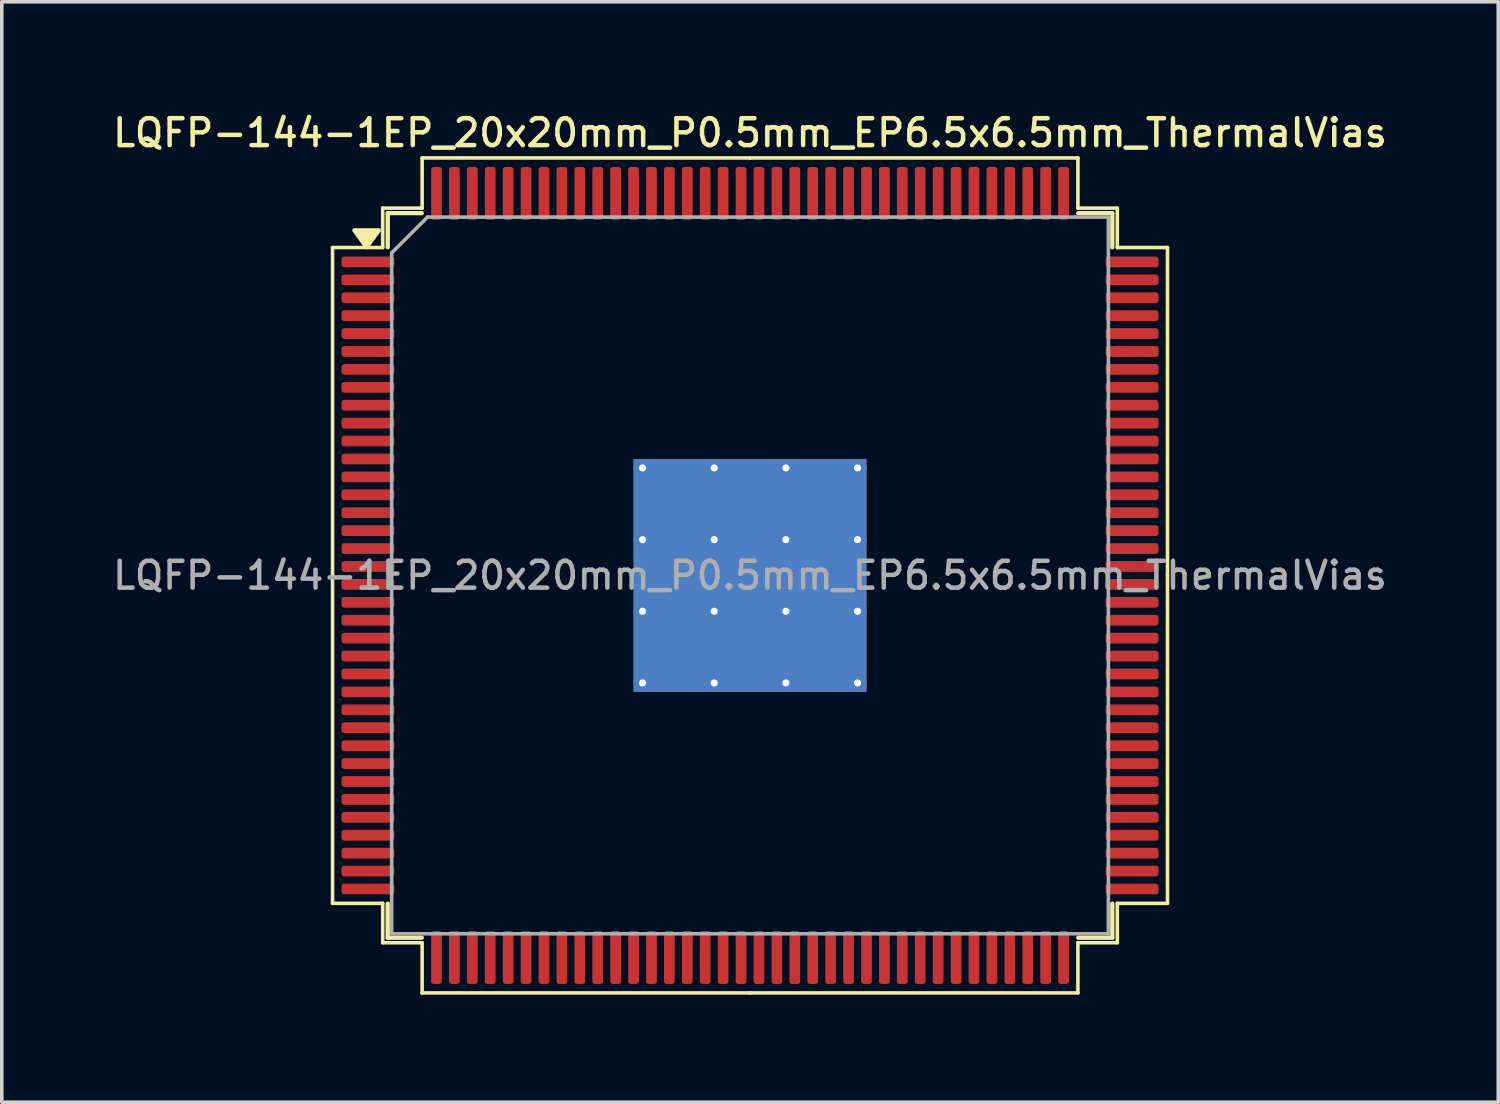
<source format=kicad_pcb>
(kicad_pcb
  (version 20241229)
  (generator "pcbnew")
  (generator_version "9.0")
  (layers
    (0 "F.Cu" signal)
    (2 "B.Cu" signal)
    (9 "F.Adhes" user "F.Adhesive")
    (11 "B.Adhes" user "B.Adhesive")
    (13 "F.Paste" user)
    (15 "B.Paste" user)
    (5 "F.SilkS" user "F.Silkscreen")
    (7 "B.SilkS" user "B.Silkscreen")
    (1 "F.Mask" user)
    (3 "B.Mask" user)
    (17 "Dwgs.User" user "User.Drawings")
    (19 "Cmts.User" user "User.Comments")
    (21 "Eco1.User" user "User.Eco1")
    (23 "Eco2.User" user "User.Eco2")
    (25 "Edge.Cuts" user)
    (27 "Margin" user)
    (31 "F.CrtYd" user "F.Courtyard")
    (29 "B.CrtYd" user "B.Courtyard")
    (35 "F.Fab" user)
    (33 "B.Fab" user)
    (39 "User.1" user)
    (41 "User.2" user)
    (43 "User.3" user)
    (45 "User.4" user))
  (footprint "LQFP-144-1EP_20x20mm_P0.5mm_EP6.5x6.5mm_ThermalVias"
    (layer "F.Cu")
    (at 17.88 13.008)
    (property "Reference" "LQFP-144-1EP_20x20mm_P0.5mm_EP6.5x6.5mm_ThermalVias" (at 0 -12.35 0) (layer "F.SilkS") (effects (font (size 0.75 0.75) (thickness 0.125))))
    (attr smd)
    (fp_line (start -11.65 -9.15) (end -11.65 0) (stroke (width 0.1) (type solid)) (layer "F.SilkS"))
    (fp_line (start -11.65 9.15) (end -11.65 0) (stroke (width 0.1) (type solid)) (layer "F.SilkS"))
    (fp_line (start -10.25 -10.25) (end -10.25 -9.15) (stroke (width 0.1) (type solid)) (layer "F.SilkS"))
    (fp_line (start -10.25 -9.15) (end -11.65 -9.15) (stroke (width 0.1) (type solid)) (layer "F.SilkS"))
    (fp_line (start -10.25 9.15) (end -11.65 9.15) (stroke (width 0.1) (type solid)) (layer "F.SilkS"))
    (fp_line (start -10.25 10.25) (end -10.25 9.15) (stroke (width 0.1) (type solid)) (layer "F.SilkS"))
    (fp_line (start -10.11 -10.11) (end -10.11 -9.16) (stroke (width 0.12) (type solid)) (layer "F.SilkS"))
    (fp_line (start -10.11 10.11) (end -10.11 9.16) (stroke (width 0.12) (type solid)) (layer "F.SilkS"))
    (fp_line (start -9.16 -10.11) (end -10.11 -10.11) (stroke (width 0.12) (type solid)) (layer "F.SilkS"))
    (fp_line (start -9.16 10.11) (end -10.11 10.11) (stroke (width 0.12) (type solid)) (layer "F.SilkS"))
    (fp_line (start -9.15 -11.65) (end -9.15 -10.25) (stroke (width 0.1) (type solid)) (layer "F.SilkS"))
    (fp_line (start -9.15 -10.25) (end -10.25 -10.25) (stroke (width 0.1) (type solid)) (layer "F.SilkS"))
    (fp_line (start -9.15 10.25) (end -10.25 10.25) (stroke (width 0.1) (type solid)) (layer "F.SilkS"))
    (fp_line (start -9.15 11.65) (end -9.15 10.25) (stroke (width 0.1) (type solid)) (layer "F.SilkS"))
    (fp_line (start 0 -11.65) (end -9.15 -11.65) (stroke (width 0.1) (type solid)) (layer "F.SilkS"))
    (fp_line (start 0 -11.65) (end 9.15 -11.65) (stroke (width 0.1) (type solid)) (layer "F.SilkS"))
    (fp_line (start 0 11.65) (end -9.15 11.65) (stroke (width 0.1) (type solid)) (layer "F.SilkS"))
    (fp_line (start 0 11.65) (end 9.15 11.65) (stroke (width 0.1) (type solid)) (layer "F.SilkS"))
    (fp_line (start 9.15 -11.65) (end 9.15 -10.25) (stroke (width 0.1) (type solid)) (layer "F.SilkS"))
    (fp_line (start 9.15 -10.25) (end 10.25 -10.25) (stroke (width 0.1) (type solid)) (layer "F.SilkS"))
    (fp_line (start 9.15 10.25) (end 10.25 10.25) (stroke (width 0.1) (type solid)) (layer "F.SilkS"))
    (fp_line (start 9.15 11.65) (end 9.15 10.25) (stroke (width 0.1) (type solid)) (layer "F.SilkS"))
    (fp_line (start 9.16 -10.11) (end 10.11 -10.11) (stroke (width 0.12) (type solid)) (layer "F.SilkS"))
    (fp_line (start 9.16 10.11) (end 10.11 10.11) (stroke (width 0.12) (type solid)) (layer "F.SilkS"))
    (fp_line (start 10.11 -10.11) (end 10.11 -9.16) (stroke (width 0.12) (type solid)) (layer "F.SilkS"))
    (fp_line (start 10.11 10.11) (end 10.11 9.16) (stroke (width 0.12) (type solid)) (layer "F.SilkS"))
    (fp_line (start 10.25 -10.25) (end 10.25 -9.15) (stroke (width 0.1) (type solid)) (layer "F.SilkS"))
    (fp_line (start 10.25 -9.15) (end 11.65 -9.15) (stroke (width 0.1) (type solid)) (layer "F.SilkS"))
    (fp_line (start 10.25 9.15) (end 11.65 9.15) (stroke (width 0.1) (type solid)) (layer "F.SilkS"))
    (fp_line (start 10.25 10.25) (end 10.25 9.15) (stroke (width 0.1) (type solid)) (layer "F.SilkS"))
    (fp_line (start 11.65 -9.15) (end 11.65 0) (stroke (width 0.1) (type solid)) (layer "F.SilkS"))
    (fp_line (start 11.65 9.15) (end 11.65 0) (stroke (width 0.1) (type solid)) (layer "F.SilkS"))
    (fp_poly (pts (xy -10.7 -9.16) (xy -11.04 -9.63) (xy -10.36 -9.63) (xy -10.7 -9.16)) (stroke (width 0.12) (type solid)) (fill yes) (layer "F.SilkS"))
    (fp_line (start -10 -9) (end -9 -10) (stroke (width 0.1) (type solid)) (layer "F.Fab"))
    (fp_line (start -10 10) (end -10 -9) (stroke (width 0.1) (type solid)) (layer "F.Fab"))
    (fp_line (start -9 -10) (end 10 -10) (stroke (width 0.1) (type solid)) (layer "F.Fab"))
    (fp_line (start 10 -10) (end 10 10) (stroke (width 0.1) (type solid)) (layer "F.Fab"))
    (fp_line (start 10 10) (end -10 10) (stroke (width 0.1) (type solid)) (layer "F.Fab"))
    (fp_text user "${REFERENCE}" (at 0 0 0) (layer "F.Fab") (effects (font (size 0.75 0.75) (thickness 0.125))))
    (pad "" smd roundrect (at -2 -2) (size 1.747 1.747) (layers "F.Paste") (roundrect_rratio 0.143))
    (pad "" smd roundrect (at -2 0) (size 1.747 1.747) (layers "F.Paste") (roundrect_rratio 0.143))
    (pad "" smd roundrect (at -2 2) (size 1.747 1.747) (layers "F.Paste") (roundrect_rratio 0.143))
    (pad "" smd roundrect (at 0 -2) (size 1.747 1.747) (layers "F.Paste") (roundrect_rratio 0.143))
    (pad "" smd roundrect (at 0 0) (size 1.747 1.747) (layers "F.Paste") (roundrect_rratio 0.143))
    (pad "" smd roundrect (at 0 2) (size 1.747 1.747) (layers "F.Paste") (roundrect_rratio 0.143))
    (pad "" smd roundrect (at 2 -2) (size 1.747 1.747) (layers "F.Paste") (roundrect_rratio 0.143))
    (pad "" smd roundrect (at 2 0) (size 1.747 1.747) (layers "F.Paste") (roundrect_rratio 0.143))
    (pad "" smd roundrect (at 2 2) (size 1.747 1.747) (layers "F.Paste") (roundrect_rratio 0.143))
    (pad "1" smd roundrect (at -10.662 -8.75) (size 1.475 0.3) (layers "F.Cu" "F.Mask" "F.Paste") (roundrect_rratio 0.25))
    (pad "2" smd roundrect (at -10.662 -8.25) (size 1.475 0.3) (layers "F.Cu" "F.Mask" "F.Paste") (roundrect_rratio 0.25))
    (pad "3" smd roundrect (at -10.662 -7.75) (size 1.475 0.3) (layers "F.Cu" "F.Mask" "F.Paste") (roundrect_rratio 0.25))
    (pad "4" smd roundrect (at -10.662 -7.25) (size 1.475 0.3) (layers "F.Cu" "F.Mask" "F.Paste") (roundrect_rratio 0.25))
    (pad "5" smd roundrect (at -10.662 -6.75) (size 1.475 0.3) (layers "F.Cu" "F.Mask" "F.Paste") (roundrect_rratio 0.25))
    (pad "6" smd roundrect (at -10.662 -6.25) (size 1.475 0.3) (layers "F.Cu" "F.Mask" "F.Paste") (roundrect_rratio 0.25))
    (pad "7" smd roundrect (at -10.662 -5.75) (size 1.475 0.3) (layers "F.Cu" "F.Mask" "F.Paste") (roundrect_rratio 0.25))
    (pad "8" smd roundrect (at -10.662 -5.25) (size 1.475 0.3) (layers "F.Cu" "F.Mask" "F.Paste") (roundrect_rratio 0.25))
    (pad "9" smd roundrect (at -10.662 -4.75) (size 1.475 0.3) (layers "F.Cu" "F.Mask" "F.Paste") (roundrect_rratio 0.25))
    (pad "10" smd roundrect (at -10.662 -4.25) (size 1.475 0.3) (layers "F.Cu" "F.Mask" "F.Paste") (roundrect_rratio 0.25))
    (pad "11" smd roundrect (at -10.662 -3.75) (size 1.475 0.3) (layers "F.Cu" "F.Mask" "F.Paste") (roundrect_rratio 0.25))
    (pad "12" smd roundrect (at -10.662 -3.25) (size 1.475 0.3) (layers "F.Cu" "F.Mask" "F.Paste") (roundrect_rratio 0.25))
    (pad "13" smd roundrect (at -10.662 -2.75) (size 1.475 0.3) (layers "F.Cu" "F.Mask" "F.Paste") (roundrect_rratio 0.25))
    (pad "14" smd roundrect (at -10.662 -2.25) (size 1.475 0.3) (layers "F.Cu" "F.Mask" "F.Paste") (roundrect_rratio 0.25))
    (pad "15" smd roundrect (at -10.662 -1.75) (size 1.475 0.3) (layers "F.Cu" "F.Mask" "F.Paste") (roundrect_rratio 0.25))
    (pad "16" smd roundrect (at -10.662 -1.25) (size 1.475 0.3) (layers "F.Cu" "F.Mask" "F.Paste") (roundrect_rratio 0.25))
    (pad "17" smd roundrect (at -10.662 -0.75) (size 1.475 0.3) (layers "F.Cu" "F.Mask" "F.Paste") (roundrect_rratio 0.25))
    (pad "18" smd roundrect (at -10.662 -0.25) (size 1.475 0.3) (layers "F.Cu" "F.Mask" "F.Paste") (roundrect_rratio 0.25))
    (pad "19" smd roundrect (at -10.662 0.25) (size 1.475 0.3) (layers "F.Cu" "F.Mask" "F.Paste") (roundrect_rratio 0.25))
    (pad "20" smd roundrect (at -10.662 0.75) (size 1.475 0.3) (layers "F.Cu" "F.Mask" "F.Paste") (roundrect_rratio 0.25))
    (pad "21" smd roundrect (at -10.662 1.25) (size 1.475 0.3) (layers "F.Cu" "F.Mask" "F.Paste") (roundrect_rratio 0.25))
    (pad "22" smd roundrect (at -10.662 1.75) (size 1.475 0.3) (layers "F.Cu" "F.Mask" "F.Paste") (roundrect_rratio 0.25))
    (pad "23" smd roundrect (at -10.662 2.25) (size 1.475 0.3) (layers "F.Cu" "F.Mask" "F.Paste") (roundrect_rratio 0.25))
    (pad "24" smd roundrect (at -10.662 2.75) (size 1.475 0.3) (layers "F.Cu" "F.Mask" "F.Paste") (roundrect_rratio 0.25))
    (pad "25" smd roundrect (at -10.662 3.25) (size 1.475 0.3) (layers "F.Cu" "F.Mask" "F.Paste") (roundrect_rratio 0.25))
    (pad "26" smd roundrect (at -10.662 3.75) (size 1.475 0.3) (layers "F.Cu" "F.Mask" "F.Paste") (roundrect_rratio 0.25))
    (pad "27" smd roundrect (at -10.662 4.25) (size 1.475 0.3) (layers "F.Cu" "F.Mask" "F.Paste") (roundrect_rratio 0.25))
    (pad "28" smd roundrect (at -10.662 4.75) (size 1.475 0.3) (layers "F.Cu" "F.Mask" "F.Paste") (roundrect_rratio 0.25))
    (pad "29" smd roundrect (at -10.662 5.25) (size 1.475 0.3) (layers "F.Cu" "F.Mask" "F.Paste") (roundrect_rratio 0.25))
    (pad "30" smd roundrect (at -10.662 5.75) (size 1.475 0.3) (layers "F.Cu" "F.Mask" "F.Paste") (roundrect_rratio 0.25))
    (pad "31" smd roundrect (at -10.662 6.25) (size 1.475 0.3) (layers "F.Cu" "F.Mask" "F.Paste") (roundrect_rratio 0.25))
    (pad "32" smd roundrect (at -10.662 6.75) (size 1.475 0.3) (layers "F.Cu" "F.Mask" "F.Paste") (roundrect_rratio 0.25))
    (pad "33" smd roundrect (at -10.662 7.25) (size 1.475 0.3) (layers "F.Cu" "F.Mask" "F.Paste") (roundrect_rratio 0.25))
    (pad "34" smd roundrect (at -10.662 7.75) (size 1.475 0.3) (layers "F.Cu" "F.Mask" "F.Paste") (roundrect_rratio 0.25))
    (pad "35" smd roundrect (at -10.662 8.25) (size 1.475 0.3) (layers "F.Cu" "F.Mask" "F.Paste") (roundrect_rratio 0.25))
    (pad "36" smd roundrect (at -10.662 8.75) (size 1.475 0.3) (layers "F.Cu" "F.Mask" "F.Paste") (roundrect_rratio 0.25))
    (pad "37" smd roundrect (at -8.75 10.662) (size 0.3 1.475) (layers "F.Cu" "F.Mask" "F.Paste") (roundrect_rratio 0.25))
    (pad "38" smd roundrect (at -8.25 10.662) (size 0.3 1.475) (layers "F.Cu" "F.Mask" "F.Paste") (roundrect_rratio 0.25))
    (pad "39" smd roundrect (at -7.75 10.662) (size 0.3 1.475) (layers "F.Cu" "F.Mask" "F.Paste") (roundrect_rratio 0.25))
    (pad "40" smd roundrect (at -7.25 10.662) (size 0.3 1.475) (layers "F.Cu" "F.Mask" "F.Paste") (roundrect_rratio 0.25))
    (pad "41" smd roundrect (at -6.75 10.662) (size 0.3 1.475) (layers "F.Cu" "F.Mask" "F.Paste") (roundrect_rratio 0.25))
    (pad "42" smd roundrect (at -6.25 10.662) (size 0.3 1.475) (layers "F.Cu" "F.Mask" "F.Paste") (roundrect_rratio 0.25))
    (pad "43" smd roundrect (at -5.75 10.662) (size 0.3 1.475) (layers "F.Cu" "F.Mask" "F.Paste") (roundrect_rratio 0.25))
    (pad "44" smd roundrect (at -5.25 10.662) (size 0.3 1.475) (layers "F.Cu" "F.Mask" "F.Paste") (roundrect_rratio 0.25))
    (pad "45" smd roundrect (at -4.75 10.662) (size 0.3 1.475) (layers "F.Cu" "F.Mask" "F.Paste") (roundrect_rratio 0.25))
    (pad "46" smd roundrect (at -4.25 10.662) (size 0.3 1.475) (layers "F.Cu" "F.Mask" "F.Paste") (roundrect_rratio 0.25))
    (pad "47" smd roundrect (at -3.75 10.662) (size 0.3 1.475) (layers "F.Cu" "F.Mask" "F.Paste") (roundrect_rratio 0.25))
    (pad "48" smd roundrect (at -3.25 10.662) (size 0.3 1.475) (layers "F.Cu" "F.Mask" "F.Paste") (roundrect_rratio 0.25))
    (pad "49" smd roundrect (at -2.75 10.662) (size 0.3 1.475) (layers "F.Cu" "F.Mask" "F.Paste") (roundrect_rratio 0.25))
    (pad "50" smd roundrect (at -2.25 10.662) (size 0.3 1.475) (layers "F.Cu" "F.Mask" "F.Paste") (roundrect_rratio 0.25))
    (pad "51" smd roundrect (at -1.75 10.662) (size 0.3 1.475) (layers "F.Cu" "F.Mask" "F.Paste") (roundrect_rratio 0.25))
    (pad "52" smd roundrect (at -1.25 10.662) (size 0.3 1.475) (layers "F.Cu" "F.Mask" "F.Paste") (roundrect_rratio 0.25))
    (pad "53" smd roundrect (at -0.75 10.662) (size 0.3 1.475) (layers "F.Cu" "F.Mask" "F.Paste") (roundrect_rratio 0.25))
    (pad "54" smd roundrect (at -0.25 10.662) (size 0.3 1.475) (layers "F.Cu" "F.Mask" "F.Paste") (roundrect_rratio 0.25))
    (pad "55" smd roundrect (at 0.25 10.662) (size 0.3 1.475) (layers "F.Cu" "F.Mask" "F.Paste") (roundrect_rratio 0.25))
    (pad "56" smd roundrect (at 0.75 10.662) (size 0.3 1.475) (layers "F.Cu" "F.Mask" "F.Paste") (roundrect_rratio 0.25))
    (pad "57" smd roundrect (at 1.25 10.662) (size 0.3 1.475) (layers "F.Cu" "F.Mask" "F.Paste") (roundrect_rratio 0.25))
    (pad "58" smd roundrect (at 1.75 10.662) (size 0.3 1.475) (layers "F.Cu" "F.Mask" "F.Paste") (roundrect_rratio 0.25))
    (pad "59" smd roundrect (at 2.25 10.662) (size 0.3 1.475) (layers "F.Cu" "F.Mask" "F.Paste") (roundrect_rratio 0.25))
    (pad "60" smd roundrect (at 2.75 10.662) (size 0.3 1.475) (layers "F.Cu" "F.Mask" "F.Paste") (roundrect_rratio 0.25))
    (pad "61" smd roundrect (at 3.25 10.662) (size 0.3 1.475) (layers "F.Cu" "F.Mask" "F.Paste") (roundrect_rratio 0.25))
    (pad "62" smd roundrect (at 3.75 10.662) (size 0.3 1.475) (layers "F.Cu" "F.Mask" "F.Paste") (roundrect_rratio 0.25))
    (pad "63" smd roundrect (at 4.25 10.662) (size 0.3 1.475) (layers "F.Cu" "F.Mask" "F.Paste") (roundrect_rratio 0.25))
    (pad "64" smd roundrect (at 4.75 10.662) (size 0.3 1.475) (layers "F.Cu" "F.Mask" "F.Paste") (roundrect_rratio 0.25))
    (pad "65" smd roundrect (at 5.25 10.662) (size 0.3 1.475) (layers "F.Cu" "F.Mask" "F.Paste") (roundrect_rratio 0.25))
    (pad "66" smd roundrect (at 5.75 10.662) (size 0.3 1.475) (layers "F.Cu" "F.Mask" "F.Paste") (roundrect_rratio 0.25))
    (pad "67" smd roundrect (at 6.25 10.662) (size 0.3 1.475) (layers "F.Cu" "F.Mask" "F.Paste") (roundrect_rratio 0.25))
    (pad "68" smd roundrect (at 6.75 10.662) (size 0.3 1.475) (layers "F.Cu" "F.Mask" "F.Paste") (roundrect_rratio 0.25))
    (pad "69" smd roundrect (at 7.25 10.662) (size 0.3 1.475) (layers "F.Cu" "F.Mask" "F.Paste") (roundrect_rratio 0.25))
    (pad "70" smd roundrect (at 7.75 10.662) (size 0.3 1.475) (layers "F.Cu" "F.Mask" "F.Paste") (roundrect_rratio 0.25))
    (pad "71" smd roundrect (at 8.25 10.662) (size 0.3 1.475) (layers "F.Cu" "F.Mask" "F.Paste") (roundrect_rratio 0.25))
    (pad "72" smd roundrect (at 8.75 10.662) (size 0.3 1.475) (layers "F.Cu" "F.Mask" "F.Paste") (roundrect_rratio 0.25))
    (pad "73" smd roundrect (at 10.662 8.75) (size 1.475 0.3) (layers "F.Cu" "F.Mask" "F.Paste") (roundrect_rratio 0.25))
    (pad "74" smd roundrect (at 10.662 8.25) (size 1.475 0.3) (layers "F.Cu" "F.Mask" "F.Paste") (roundrect_rratio 0.25))
    (pad "75" smd roundrect (at 10.662 7.75) (size 1.475 0.3) (layers "F.Cu" "F.Mask" "F.Paste") (roundrect_rratio 0.25))
    (pad "76" smd roundrect (at 10.662 7.25) (size 1.475 0.3) (layers "F.Cu" "F.Mask" "F.Paste") (roundrect_rratio 0.25))
    (pad "77" smd roundrect (at 10.662 6.75) (size 1.475 0.3) (layers "F.Cu" "F.Mask" "F.Paste") (roundrect_rratio 0.25))
    (pad "78" smd roundrect (at 10.662 6.25) (size 1.475 0.3) (layers "F.Cu" "F.Mask" "F.Paste") (roundrect_rratio 0.25))
    (pad "79" smd roundrect (at 10.662 5.75) (size 1.475 0.3) (layers "F.Cu" "F.Mask" "F.Paste") (roundrect_rratio 0.25))
    (pad "80" smd roundrect (at 10.662 5.25) (size 1.475 0.3) (layers "F.Cu" "F.Mask" "F.Paste") (roundrect_rratio 0.25))
    (pad "81" smd roundrect (at 10.662 4.75) (size 1.475 0.3) (layers "F.Cu" "F.Mask" "F.Paste") (roundrect_rratio 0.25))
    (pad "82" smd roundrect (at 10.662 4.25) (size 1.475 0.3) (layers "F.Cu" "F.Mask" "F.Paste") (roundrect_rratio 0.25))
    (pad "83" smd roundrect (at 10.662 3.75) (size 1.475 0.3) (layers "F.Cu" "F.Mask" "F.Paste") (roundrect_rratio 0.25))
    (pad "84" smd roundrect (at 10.662 3.25) (size 1.475 0.3) (layers "F.Cu" "F.Mask" "F.Paste") (roundrect_rratio 0.25))
    (pad "85" smd roundrect (at 10.662 2.75) (size 1.475 0.3) (layers "F.Cu" "F.Mask" "F.Paste") (roundrect_rratio 0.25))
    (pad "86" smd roundrect (at 10.662 2.25) (size 1.475 0.3) (layers "F.Cu" "F.Mask" "F.Paste") (roundrect_rratio 0.25))
    (pad "87" smd roundrect (at 10.662 1.75) (size 1.475 0.3) (layers "F.Cu" "F.Mask" "F.Paste") (roundrect_rratio 0.25))
    (pad "88" smd roundrect (at 10.662 1.25) (size 1.475 0.3) (layers "F.Cu" "F.Mask" "F.Paste") (roundrect_rratio 0.25))
    (pad "89" smd roundrect (at 10.662 0.75) (size 1.475 0.3) (layers "F.Cu" "F.Mask" "F.Paste") (roundrect_rratio 0.25))
    (pad "90" smd roundrect (at 10.662 0.25) (size 1.475 0.3) (layers "F.Cu" "F.Mask" "F.Paste") (roundrect_rratio 0.25))
    (pad "91" smd roundrect (at 10.662 -0.25) (size 1.475 0.3) (layers "F.Cu" "F.Mask" "F.Paste") (roundrect_rratio 0.25))
    (pad "92" smd roundrect (at 10.662 -0.75) (size 1.475 0.3) (layers "F.Cu" "F.Mask" "F.Paste") (roundrect_rratio 0.25))
    (pad "93" smd roundrect (at 10.662 -1.25) (size 1.475 0.3) (layers "F.Cu" "F.Mask" "F.Paste") (roundrect_rratio 0.25))
    (pad "94" smd roundrect (at 10.662 -1.75) (size 1.475 0.3) (layers "F.Cu" "F.Mask" "F.Paste") (roundrect_rratio 0.25))
    (pad "95" smd roundrect (at 10.662 -2.25) (size 1.475 0.3) (layers "F.Cu" "F.Mask" "F.Paste") (roundrect_rratio 0.25))
    (pad "96" smd roundrect (at 10.662 -2.75) (size 1.475 0.3) (layers "F.Cu" "F.Mask" "F.Paste") (roundrect_rratio 0.25))
    (pad "97" smd roundrect (at 10.662 -3.25) (size 1.475 0.3) (layers "F.Cu" "F.Mask" "F.Paste") (roundrect_rratio 0.25))
    (pad "98" smd roundrect (at 10.662 -3.75) (size 1.475 0.3) (layers "F.Cu" "F.Mask" "F.Paste") (roundrect_rratio 0.25))
    (pad "99" smd roundrect (at 10.662 -4.25) (size 1.475 0.3) (layers "F.Cu" "F.Mask" "F.Paste") (roundrect_rratio 0.25))
    (pad "100" smd roundrect (at 10.662 -4.75) (size 1.475 0.3) (layers "F.Cu" "F.Mask" "F.Paste") (roundrect_rratio 0.25))
    (pad "101" smd roundrect (at 10.662 -5.25) (size 1.475 0.3) (layers "F.Cu" "F.Mask" "F.Paste") (roundrect_rratio 0.25))
    (pad "102" smd roundrect (at 10.662 -5.75) (size 1.475 0.3) (layers "F.Cu" "F.Mask" "F.Paste") (roundrect_rratio 0.25))
    (pad "103" smd roundrect (at 10.662 -6.25) (size 1.475 0.3) (layers "F.Cu" "F.Mask" "F.Paste") (roundrect_rratio 0.25))
    (pad "104" smd roundrect (at 10.662 -6.75) (size 1.475 0.3) (layers "F.Cu" "F.Mask" "F.Paste") (roundrect_rratio 0.25))
    (pad "105" smd roundrect (at 10.662 -7.25) (size 1.475 0.3) (layers "F.Cu" "F.Mask" "F.Paste") (roundrect_rratio 0.25))
    (pad "106" smd roundrect (at 10.662 -7.75) (size 1.475 0.3) (layers "F.Cu" "F.Mask" "F.Paste") (roundrect_rratio 0.25))
    (pad "107" smd roundrect (at 10.662 -8.25) (size 1.475 0.3) (layers "F.Cu" "F.Mask" "F.Paste") (roundrect_rratio 0.25))
    (pad "108" smd roundrect (at 10.662 -8.75) (size 1.475 0.3) (layers "F.Cu" "F.Mask" "F.Paste") (roundrect_rratio 0.25))
    (pad "109" smd roundrect (at 8.75 -10.662) (size 0.3 1.475) (layers "F.Cu" "F.Mask" "F.Paste") (roundrect_rratio 0.25))
    (pad "110" smd roundrect (at 8.25 -10.662) (size 0.3 1.475) (layers "F.Cu" "F.Mask" "F.Paste") (roundrect_rratio 0.25))
    (pad "111" smd roundrect (at 7.75 -10.662) (size 0.3 1.475) (layers "F.Cu" "F.Mask" "F.Paste") (roundrect_rratio 0.25))
    (pad "112" smd roundrect (at 7.25 -10.662) (size 0.3 1.475) (layers "F.Cu" "F.Mask" "F.Paste") (roundrect_rratio 0.25))
    (pad "113" smd roundrect (at 6.75 -10.662) (size 0.3 1.475) (layers "F.Cu" "F.Mask" "F.Paste") (roundrect_rratio 0.25))
    (pad "114" smd roundrect (at 6.25 -10.662) (size 0.3 1.475) (layers "F.Cu" "F.Mask" "F.Paste") (roundrect_rratio 0.25))
    (pad "115" smd roundrect (at 5.75 -10.662) (size 0.3 1.475) (layers "F.Cu" "F.Mask" "F.Paste") (roundrect_rratio 0.25))
    (pad "116" smd roundrect (at 5.25 -10.662) (size 0.3 1.475) (layers "F.Cu" "F.Mask" "F.Paste") (roundrect_rratio 0.25))
    (pad "117" smd roundrect (at 4.75 -10.662) (size 0.3 1.475) (layers "F.Cu" "F.Mask" "F.Paste") (roundrect_rratio 0.25))
    (pad "118" smd roundrect (at 4.25 -10.662) (size 0.3 1.475) (layers "F.Cu" "F.Mask" "F.Paste") (roundrect_rratio 0.25))
    (pad "119" smd roundrect (at 3.75 -10.662) (size 0.3 1.475) (layers "F.Cu" "F.Mask" "F.Paste") (roundrect_rratio 0.25))
    (pad "120" smd roundrect (at 3.25 -10.662) (size 0.3 1.475) (layers "F.Cu" "F.Mask" "F.Paste") (roundrect_rratio 0.25))
    (pad "121" smd roundrect (at 2.75 -10.662) (size 0.3 1.475) (layers "F.Cu" "F.Mask" "F.Paste") (roundrect_rratio 0.25))
    (pad "122" smd roundrect (at 2.25 -10.662) (size 0.3 1.475) (layers "F.Cu" "F.Mask" "F.Paste") (roundrect_rratio 0.25))
    (pad "123" smd roundrect (at 1.75 -10.662) (size 0.3 1.475) (layers "F.Cu" "F.Mask" "F.Paste") (roundrect_rratio 0.25))
    (pad "124" smd roundrect (at 1.25 -10.662) (size 0.3 1.475) (layers "F.Cu" "F.Mask" "F.Paste") (roundrect_rratio 0.25))
    (pad "125" smd roundrect (at 0.75 -10.662) (size 0.3 1.475) (layers "F.Cu" "F.Mask" "F.Paste") (roundrect_rratio 0.25))
    (pad "126" smd roundrect (at 0.25 -10.662) (size 0.3 1.475) (layers "F.Cu" "F.Mask" "F.Paste") (roundrect_rratio 0.25))
    (pad "127" smd roundrect (at -0.25 -10.662) (size 0.3 1.475) (layers "F.Cu" "F.Mask" "F.Paste") (roundrect_rratio 0.25))
    (pad "128" smd roundrect (at -0.75 -10.662) (size 0.3 1.475) (layers "F.Cu" "F.Mask" "F.Paste") (roundrect_rratio 0.25))
    (pad "129" smd roundrect (at -1.25 -10.662) (size 0.3 1.475) (layers "F.Cu" "F.Mask" "F.Paste") (roundrect_rratio 0.25))
    (pad "130" smd roundrect (at -1.75 -10.662) (size 0.3 1.475) (layers "F.Cu" "F.Mask" "F.Paste") (roundrect_rratio 0.25))
    (pad "131" smd roundrect (at -2.25 -10.662) (size 0.3 1.475) (layers "F.Cu" "F.Mask" "F.Paste") (roundrect_rratio 0.25))
    (pad "132" smd roundrect (at -2.75 -10.662) (size 0.3 1.475) (layers "F.Cu" "F.Mask" "F.Paste") (roundrect_rratio 0.25))
    (pad "133" smd roundrect (at -3.25 -10.662) (size 0.3 1.475) (layers "F.Cu" "F.Mask" "F.Paste") (roundrect_rratio 0.25))
    (pad "134" smd roundrect (at -3.75 -10.662) (size 0.3 1.475) (layers "F.Cu" "F.Mask" "F.Paste") (roundrect_rratio 0.25))
    (pad "135" smd roundrect (at -4.25 -10.662) (size 0.3 1.475) (layers "F.Cu" "F.Mask" "F.Paste") (roundrect_rratio 0.25))
    (pad "136" smd roundrect (at -4.75 -10.662) (size 0.3 1.475) (layers "F.Cu" "F.Mask" "F.Paste") (roundrect_rratio 0.25))
    (pad "137" smd roundrect (at -5.25 -10.662) (size 0.3 1.475) (layers "F.Cu" "F.Mask" "F.Paste") (roundrect_rratio 0.25))
    (pad "138" smd roundrect (at -5.75 -10.662) (size 0.3 1.475) (layers "F.Cu" "F.Mask" "F.Paste") (roundrect_rratio 0.25))
    (pad "139" smd roundrect (at -6.25 -10.662) (size 0.3 1.475) (layers "F.Cu" "F.Mask" "F.Paste") (roundrect_rratio 0.25))
    (pad "140" smd roundrect (at -6.75 -10.662) (size 0.3 1.475) (layers "F.Cu" "F.Mask" "F.Paste") (roundrect_rratio 0.25))
    (pad "141" smd roundrect (at -7.25 -10.662) (size 0.3 1.475) (layers "F.Cu" "F.Mask" "F.Paste") (roundrect_rratio 0.25))
    (pad "142" smd roundrect (at -7.75 -10.662) (size 0.3 1.475) (layers "F.Cu" "F.Mask" "F.Paste") (roundrect_rratio 0.25))
    (pad "143" smd roundrect (at -8.25 -10.662) (size 0.3 1.475) (layers "F.Cu" "F.Mask" "F.Paste") (roundrect_rratio 0.25))
    (pad "144" smd roundrect (at -8.75 -10.662) (size 0.3 1.475) (layers "F.Cu" "F.Mask" "F.Paste") (roundrect_rratio 0.25))
    (pad "145" thru_hole circle (at -3 -3) (size 0.5 0.5) (drill 0.2) (property pad_prop_heatsink) (layers "*.Cu"))
    (pad "145" thru_hole circle (at -3 -1) (size 0.5 0.5) (drill 0.2) (property pad_prop_heatsink) (layers "*.Cu"))
    (pad "145" thru_hole circle (at -3 1) (size 0.5 0.5) (drill 0.2) (property pad_prop_heatsink) (layers "*.Cu"))
    (pad "145" thru_hole circle (at -3 3) (size 0.5 0.5) (drill 0.2) (property pad_prop_heatsink) (layers "*.Cu"))
    (pad "145" thru_hole circle (at -1 -3) (size 0.5 0.5) (drill 0.2) (property pad_prop_heatsink) (layers "*.Cu"))
    (pad "145" thru_hole circle (at -1 -1) (size 0.5 0.5) (drill 0.2) (property pad_prop_heatsink) (layers "*.Cu"))
    (pad "145" thru_hole circle (at -1 1) (size 0.5 0.5) (drill 0.2) (property pad_prop_heatsink) (layers "*.Cu"))
    (pad "145" thru_hole circle (at -1 3) (size 0.5 0.5) (drill 0.2) (property pad_prop_heatsink) (layers "*.Cu"))
    (pad "145" smd rect (at 0 0) (size 6.5 6.5) (property pad_prop_heatsink) (layers "F.Cu" "F.Mask"))
    (pad "145" smd rect (at 0 0) (size 6.5 6.5) (property pad_prop_heatsink) (layers "B.Cu"))
    (pad "145" thru_hole circle (at 1 -3) (size 0.5 0.5) (drill 0.2) (property pad_prop_heatsink) (layers "*.Cu"))
    (pad "145" thru_hole circle (at 1 -1) (size 0.5 0.5) (drill 0.2) (property pad_prop_heatsink) (layers "*.Cu"))
    (pad "145" thru_hole circle (at 1 1) (size 0.5 0.5) (drill 0.2) (property pad_prop_heatsink) (layers "*.Cu"))
    (pad "145" thru_hole circle (at 1 3) (size 0.5 0.5) (drill 0.2) (property pad_prop_heatsink) (layers "*.Cu"))
    (pad "145" thru_hole circle (at 3 -3) (size 0.5 0.5) (drill 0.2) (property pad_prop_heatsink) (layers "*.Cu"))
    (pad "145" thru_hole circle (at 3 -1) (size 0.5 0.5) (drill 0.2) (property pad_prop_heatsink) (layers "*.Cu"))
    (pad "145" thru_hole circle (at 3 1) (size 0.5 0.5) (drill 0.2) (property pad_prop_heatsink) (layers "*.Cu"))
    (pad "145" thru_hole circle (at 3 3) (size 0.5 0.5) (drill 0.2) (property pad_prop_heatsink) (layers "*.Cu")))
  (gr_rect
    (start -3 -3)
    (end 38.761 27.708)
    (stroke (width 0.1) (type default))
    (fill no)
    (layer "Edge.Cuts")))
</source>
